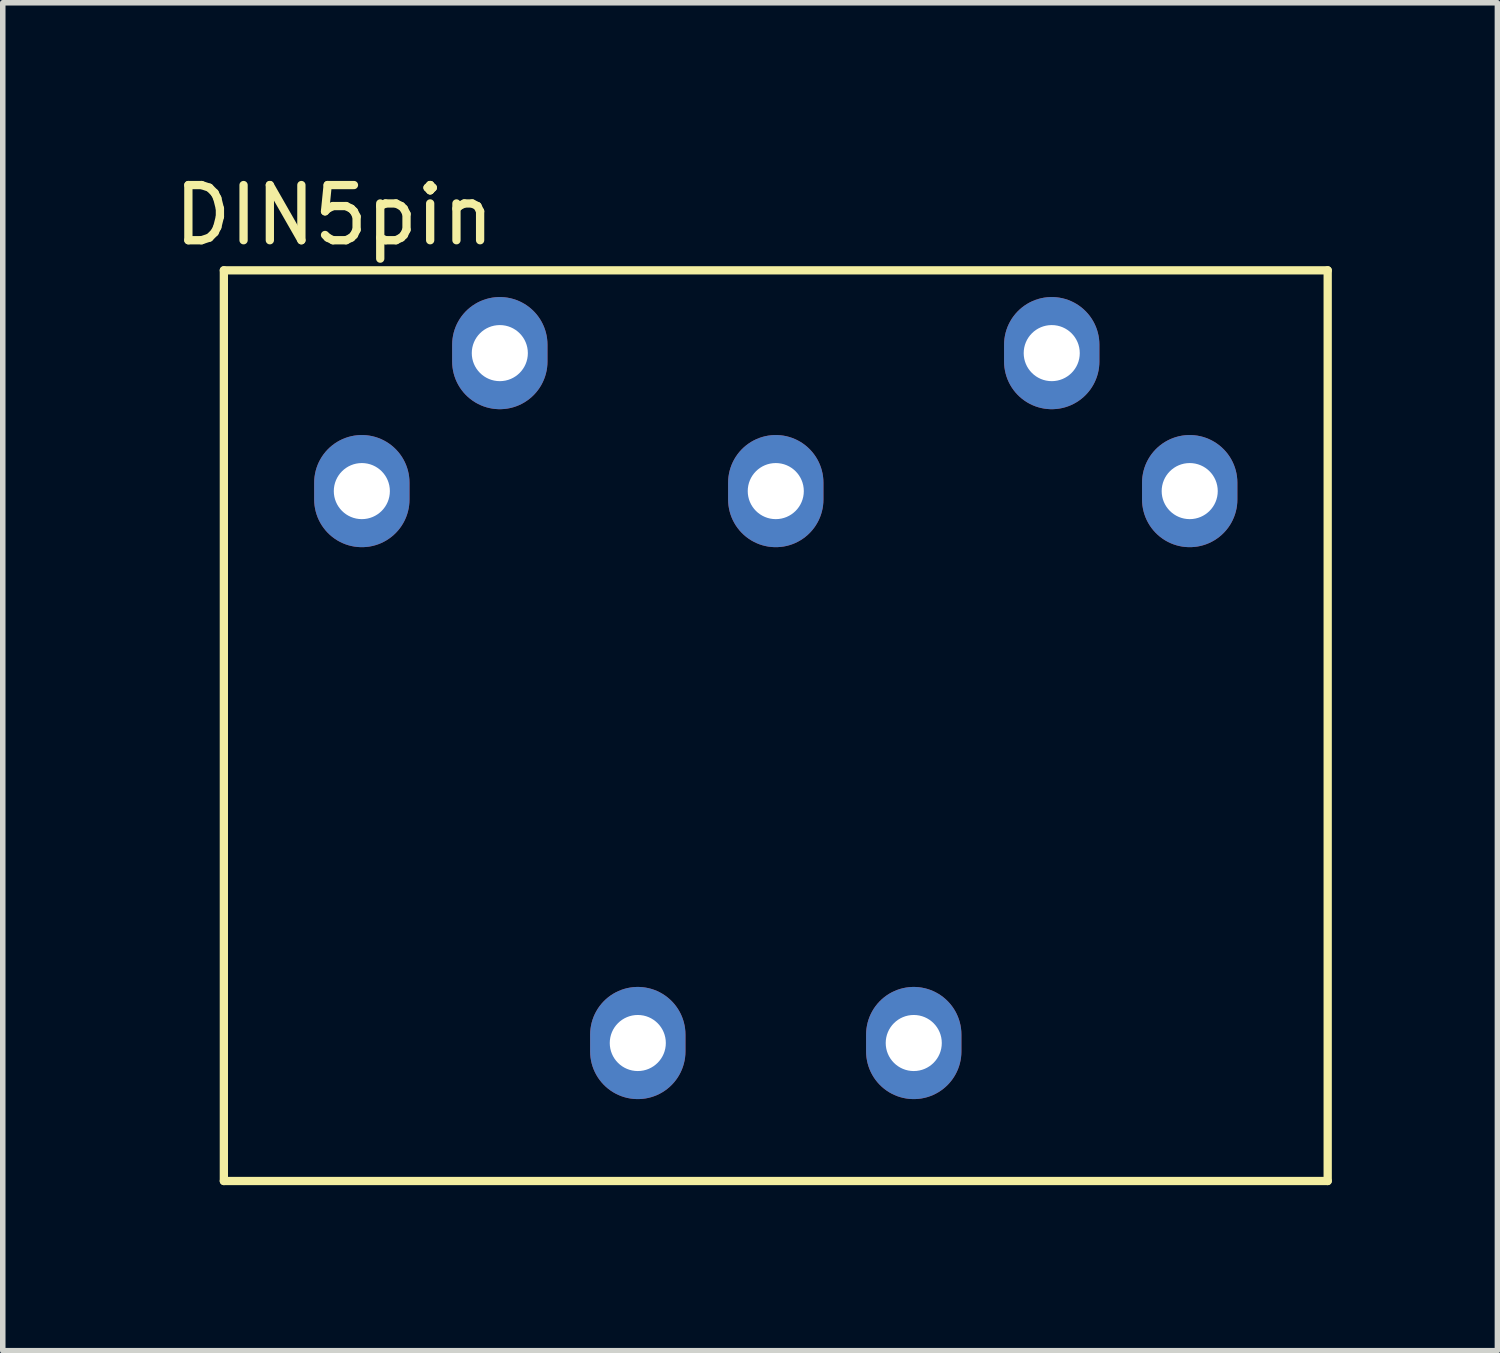
<source format=kicad_pcb>
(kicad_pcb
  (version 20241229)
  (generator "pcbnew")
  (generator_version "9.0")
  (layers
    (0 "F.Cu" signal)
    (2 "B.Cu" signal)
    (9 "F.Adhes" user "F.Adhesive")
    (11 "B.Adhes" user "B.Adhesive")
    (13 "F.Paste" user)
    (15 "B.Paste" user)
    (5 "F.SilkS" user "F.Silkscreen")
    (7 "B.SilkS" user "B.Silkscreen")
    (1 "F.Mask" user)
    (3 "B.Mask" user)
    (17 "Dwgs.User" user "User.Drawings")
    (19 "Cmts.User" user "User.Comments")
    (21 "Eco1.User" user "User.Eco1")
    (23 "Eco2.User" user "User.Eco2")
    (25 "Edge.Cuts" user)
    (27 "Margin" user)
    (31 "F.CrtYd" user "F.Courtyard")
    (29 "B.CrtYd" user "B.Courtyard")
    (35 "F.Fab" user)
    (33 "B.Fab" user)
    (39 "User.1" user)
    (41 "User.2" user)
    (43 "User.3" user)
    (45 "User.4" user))
  (footprint "DIN5pin"
    (layer "F.Cu")
    (at 11.006 10.848)
    (property "Reference" "DIN5pin" (at -8 -10 0) (layer "F.SilkS") (effects (font (size 1 1) (thickness 0.15))))
    (attr through_hole)
    (fp_line (start -10 -9) (end -10 7.5) (stroke (width 0.15) (type solid)) (layer "F.SilkS"))
    (fp_line (start 10 -9) (end -10 -9) (stroke (width 0.15) (type solid)) (layer "F.SilkS"))
    (fp_line (start 10 7.5) (end -10 7.5) (stroke (width 0.15) (type solid)) (layer "F.SilkS"))
    (fp_line (start 10 7.5) (end 10 -9) (stroke (width 0.15) (type solid)) (layer "F.SilkS"))
    (pad "" thru_hole oval (at -2.5 5) (size 1.727 2.032) (drill 1.016) (layers "*.Cu" "*.Mask"))
    (pad "" thru_hole oval (at 2.5 5) (size 1.727 2.032) (drill 1.016) (layers "*.Cu" "*.Mask"))
    (pad "1" thru_hole oval (at 7.5 -5) (size 1.727 2.032) (drill 1.016) (layers "*.Cu" "*.Mask"))
    (pad "2" thru_hole oval (at 0 -5) (size 1.727 2.032) (drill 1.016) (layers "*.Cu" "*.Mask"))
    (pad "3" thru_hole oval (at -7.5 -5) (size 1.727 2.032) (drill 1.016) (layers "*.Cu" "*.Mask"))
    (pad "4" thru_hole oval (at 5 -7.5) (size 1.727 2.032) (drill 1.016) (layers "*.Cu" "*.Mask"))
    (pad "5" thru_hole oval (at -5 -7.5) (size 1.727 2.032) (drill 1.016) (layers "*.Cu" "*.Mask")))
  (gr_rect
    (start -3 -3)
    (end 24.081 21.423)
    (stroke (width 0.1) (type default))
    (fill no)
    (layer "Edge.Cuts")))
</source>
